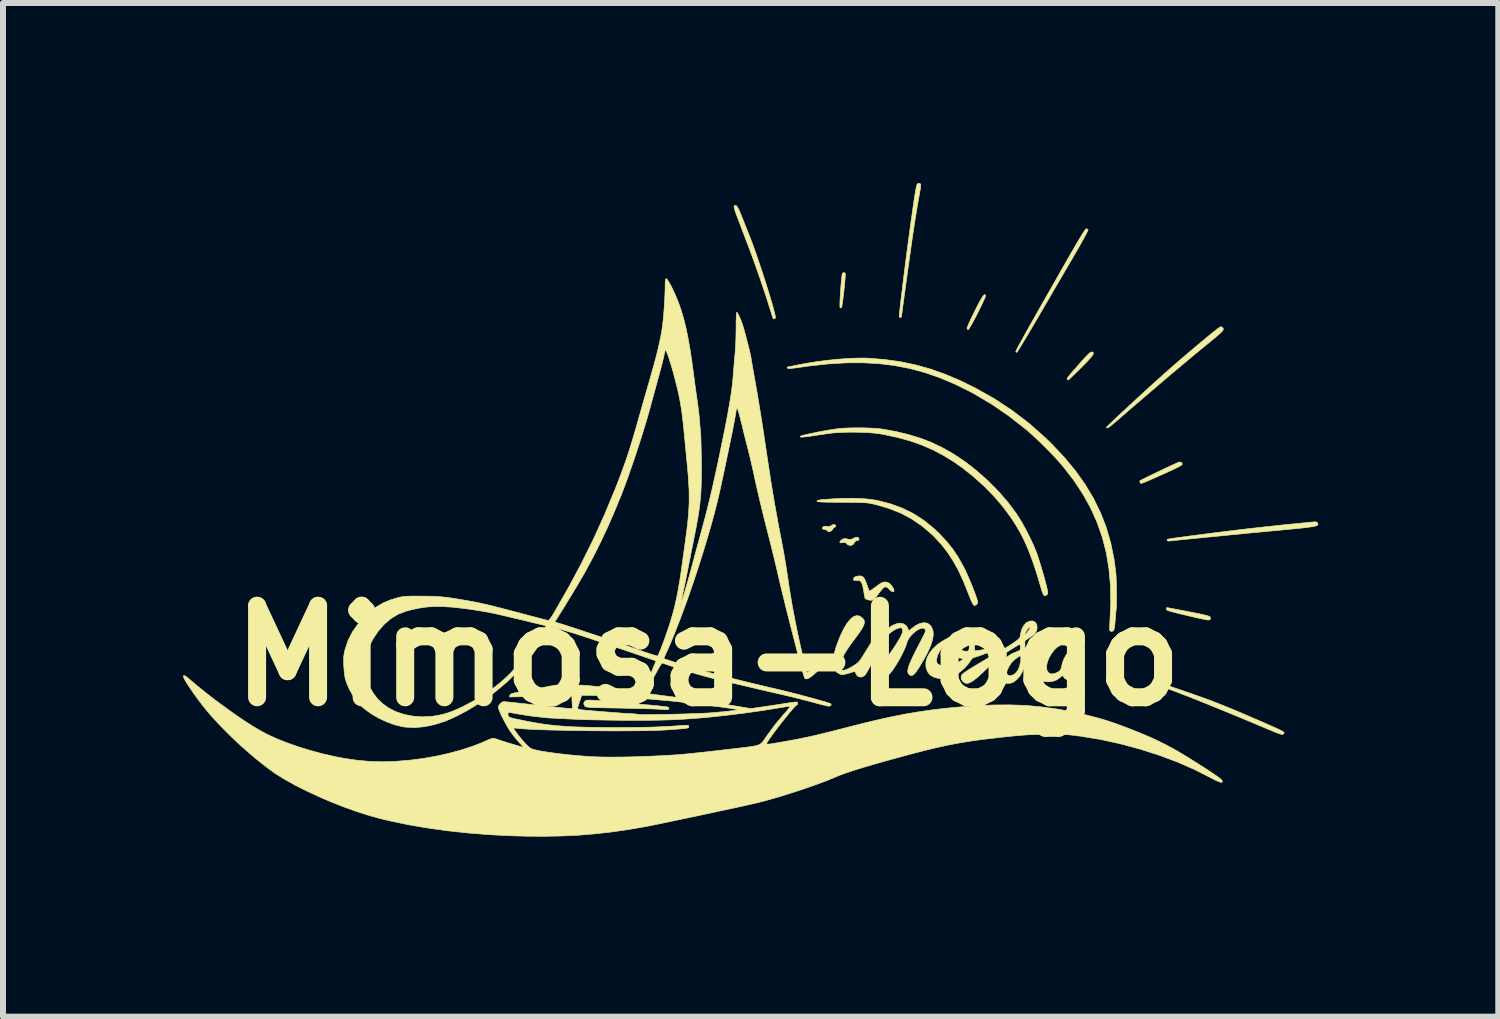
<source format=kicad_pcb>
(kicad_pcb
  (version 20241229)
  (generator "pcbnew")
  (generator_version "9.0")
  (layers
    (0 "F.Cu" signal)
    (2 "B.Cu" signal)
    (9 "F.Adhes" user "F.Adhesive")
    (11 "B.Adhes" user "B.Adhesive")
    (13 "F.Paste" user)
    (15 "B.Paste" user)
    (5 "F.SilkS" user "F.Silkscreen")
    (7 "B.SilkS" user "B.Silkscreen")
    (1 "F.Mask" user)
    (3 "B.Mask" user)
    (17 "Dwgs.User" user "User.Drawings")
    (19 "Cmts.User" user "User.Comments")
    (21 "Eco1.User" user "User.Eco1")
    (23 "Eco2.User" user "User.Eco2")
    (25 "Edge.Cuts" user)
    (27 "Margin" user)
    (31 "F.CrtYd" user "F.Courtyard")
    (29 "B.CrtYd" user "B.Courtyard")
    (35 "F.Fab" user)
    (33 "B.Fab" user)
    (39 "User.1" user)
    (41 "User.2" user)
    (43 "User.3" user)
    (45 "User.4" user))
  (footprint "Mimosa-Logo"
    (layer "F.Cu")
    (at 8.745 7.879)
    (property "Reference" "Mimosa-Logo" (at 0 0 0) (layer "F.SilkS") (effects (font (size 1.524 1.524) (thickness 0.3))))
    (attr through_hole)
    (fp_poly (pts (xy 2.13 -2.175) (xy 2.132 -2.157) (xy 2.119 -2.147) (xy 2.114 -2.146) (xy 2.095 -2.136) (xy 2.083 -2.116) (xy 2.064 -2.089) (xy 2.037 -2.073) (xy 2.009 -2.07) (xy 1.989 -2.084) (xy 1.986 -2.089) (xy 1.969 -2.103) (xy 1.942 -2.108) (xy 1.912 -2.114) (xy 1.905 -2.128) (xy 1.916 -2.148) (xy 1.943 -2.16) (xy 1.976 -2.161) (xy 1.991 -2.157) (xy 2.021 -2.154) (xy 2.052 -2.17) (xy 2.056 -2.172) (xy 2.088 -2.189) (xy 2.112 -2.19) (xy 2.13 -2.175)) (stroke (width 0.01) (type solid)) (fill yes) (layer "F.SilkS"))
    (fp_poly (pts (xy 2.282 -6.382) (xy 2.289 -6.372) (xy 2.29 -6.354) (xy 2.288 -6.315) (xy 2.284 -6.261) (xy 2.278 -6.196) (xy 2.271 -6.124) (xy 2.263 -6.049) (xy 2.254 -5.977) (xy 2.246 -5.912) (xy 2.238 -5.859) (xy 2.232 -5.821) (xy 2.227 -5.803) (xy 2.226 -5.803) (xy 2.209 -5.799) (xy 2.203 -5.804) (xy 2.2 -5.819) (xy 2.2 -5.855) (xy 2.201 -5.907) (xy 2.204 -5.972) (xy 2.209 -6.043) (xy 2.214 -6.118) (xy 2.219 -6.19) (xy 2.225 -6.257) (xy 2.231 -6.313) (xy 2.236 -6.353) (xy 2.241 -6.374) (xy 2.241 -6.375) (xy 2.26 -6.387) (xy 2.282 -6.382)) (stroke (width 0.01) (type solid)) (fill yes) (layer "F.SilkS"))
    (fp_poly (pts (xy 2.512 -1.965) (xy 2.519 -1.943) (xy 2.509 -1.925) (xy 2.488 -1.92) (xy 2.485 -1.921) (xy 2.464 -1.917) (xy 2.441 -1.887) (xy 2.44 -1.885) (xy 2.418 -1.855) (xy 2.393 -1.843) (xy 2.372 -1.841) (xy 2.333 -1.85) (xy 2.313 -1.868) (xy 2.298 -1.885) (xy 2.276 -1.89) (xy 2.246 -1.887) (xy 2.213 -1.883) (xy 2.2 -1.888) (xy 2.199 -1.899) (xy 2.212 -1.92) (xy 2.238 -1.94) (xy 2.265 -1.953) (xy 2.293 -1.954) (xy 2.327 -1.947) (xy 2.365 -1.939) (xy 2.392 -1.942) (xy 2.421 -1.957) (xy 2.464 -1.977) (xy 2.494 -1.978) (xy 2.512 -1.965)) (stroke (width 0.01) (type solid)) (fill yes) (layer "F.SilkS"))
    (fp_poly (pts (xy 4.626 -6.012) (xy 4.629 -6.008) (xy 4.626 -5.992) (xy 4.613 -5.959) (xy 4.591 -5.91) (xy 4.563 -5.851) (xy 4.531 -5.785) (xy 4.496 -5.715) (xy 4.46 -5.645) (xy 4.425 -5.58) (xy 4.394 -5.523) (xy 4.367 -5.477) (xy 4.348 -5.447) (xy 4.337 -5.436) (xy 4.337 -5.436) (xy 4.322 -5.446) (xy 4.318 -5.461) (xy 4.324 -5.479) (xy 4.339 -5.517) (xy 4.363 -5.57) (xy 4.393 -5.635) (xy 4.429 -5.708) (xy 4.451 -5.753) (xy 4.497 -5.844) (xy 4.534 -5.914) (xy 4.563 -5.964) (xy 4.585 -5.997) (xy 4.602 -6.015) (xy 4.615 -6.019) (xy 4.626 -6.012)) (stroke (width 0.01) (type solid)) (fill yes) (layer "F.SilkS"))
    (fp_poly (pts (xy 6.394 -5.065) (xy 6.414 -5.059) (xy 6.424 -5.048) (xy 6.421 -5.031) (xy 6.406 -5.005) (xy 6.377 -4.968) (xy 6.332 -4.918) (xy 6.27 -4.855) (xy 6.221 -4.805) (xy 6.162 -4.746) (xy 6.108 -4.694) (xy 6.063 -4.65) (xy 6.029 -4.618) (xy 6.009 -4.6) (xy 6.005 -4.597) (xy 5.991 -4.606) (xy 5.988 -4.61) (xy 5.986 -4.615) (xy 5.986 -4.622) (xy 5.992 -4.633) (xy 6.004 -4.649) (xy 6.024 -4.675) (xy 6.054 -4.71) (xy 6.096 -4.759) (xy 6.152 -4.822) (xy 6.207 -4.885) (xy 6.268 -4.954) (xy 6.316 -5.004) (xy 6.35 -5.038) (xy 6.375 -5.058) (xy 6.391 -5.065) (xy 6.394 -5.065)) (stroke (width 0.01) (type solid)) (fill yes) (layer "F.SilkS"))
    (fp_poly (pts (xy 7.667 -0.802) (xy 7.704 -0.795) (xy 7.759 -0.785) (xy 7.83 -0.771) (xy 7.911 -0.756) (xy 8.002 -0.738) (xy 8.011 -0.736) (xy 8.117 -0.716) (xy 8.2 -0.699) (xy 8.263 -0.685) (xy 8.31 -0.673) (xy 8.341 -0.664) (xy 8.36 -0.655) (xy 8.37 -0.647) (xy 8.371 -0.645) (xy 8.377 -0.617) (xy 8.362 -0.601) (xy 8.334 -0.598) (xy 8.312 -0.601) (xy 8.27 -0.609) (xy 8.21 -0.622) (xy 8.137 -0.638) (xy 8.054 -0.657) (xy 7.969 -0.677) (xy 7.87 -0.701) (xy 7.792 -0.72) (xy 7.734 -0.735) (xy 7.692 -0.747) (xy 7.665 -0.757) (xy 7.649 -0.765) (xy 7.641 -0.773) (xy 7.639 -0.781) (xy 7.644 -0.801) (xy 7.652 -0.805) (xy 7.667 -0.802)) (stroke (width 0.01) (type solid)) (fill yes) (layer "F.SilkS"))
    (fp_poly (pts (xy -2.457 0.481) (xy -2.412 0.495) (xy -2.379 0.525) (xy -2.361 0.566) (xy -2.36 0.61) (xy -2.377 0.652) (xy -2.393 0.67) (xy -2.42 0.686) (xy -2.453 0.695) (xy -2.499 0.696) (xy -2.561 0.69) (xy -2.61 0.683) (xy -2.644 0.68) (xy -2.7 0.678) (xy -2.771 0.676) (xy -2.853 0.676) (xy -2.943 0.677) (xy -2.995 0.678) (xy -3.304 0.684) (xy -3.3 0.657) (xy -3.296 0.647) (xy -3.288 0.639) (xy -3.27 0.631) (xy -3.24 0.622) (xy -3.196 0.611) (xy -3.132 0.599) (xy -3.048 0.582) (xy -2.914 0.557) (xy -2.802 0.536) (xy -2.711 0.519) (xy -2.638 0.505) (xy -2.581 0.495) (xy -2.537 0.488) (xy -2.505 0.484) (xy -2.482 0.481) (xy -2.465 0.481) (xy -2.457 0.481)) (stroke (width 0.01) (type solid)) (fill yes) (layer "F.SilkS"))
    (fp_poly (pts (xy 7.899 -3.215) (xy 7.904 -3.192) (xy 7.904 -3.191) (xy 7.891 -3.178) (xy 7.857 -3.158) (xy 7.802 -3.129) (xy 7.724 -3.092) (xy 7.623 -3.046) (xy 7.578 -3.026) (xy 7.477 -2.981) (xy 7.397 -2.946) (xy 7.336 -2.919) (xy 7.29 -2.899) (xy 7.257 -2.886) (xy 7.235 -2.878) (xy 7.221 -2.875) (xy 7.214 -2.875) (xy 7.209 -2.879) (xy 7.205 -2.884) (xy 7.204 -2.886) (xy 7.196 -2.907) (xy 7.198 -2.917) (xy 7.211 -2.925) (xy 7.243 -2.942) (xy 7.291 -2.966) (xy 7.352 -2.996) (xy 7.421 -3.029) (xy 7.495 -3.065) (xy 7.57 -3.101) (xy 7.643 -3.136) (xy 7.711 -3.167) (xy 7.77 -3.194) (xy 7.815 -3.215) (xy 7.844 -3.227) (xy 7.849 -3.229) (xy 7.877 -3.229) (xy 7.899 -3.215)) (stroke (width 0.01) (type solid)) (fill yes) (layer "F.SilkS"))
    (fp_poly (pts (xy 8.562 -5.479) (xy 8.575 -5.471) (xy 8.587 -5.457) (xy 8.587 -5.439) (xy 8.575 -5.417) (xy 8.548 -5.387) (xy 8.504 -5.347) (xy 8.443 -5.295) (xy 8.412 -5.27) (xy 8.264 -5.149) (xy 8.098 -5.013) (xy 7.917 -4.861) (xy 7.72 -4.696) (xy 7.511 -4.518) (xy 7.289 -4.328) (xy 7.056 -4.129) (xy 6.814 -3.919) (xy 6.758 -3.871) (xy 6.705 -3.828) (xy 6.669 -3.804) (xy 6.648 -3.798) (xy 6.642 -3.809) (xy 6.651 -3.82) (xy 6.677 -3.846) (xy 6.718 -3.885) (xy 6.772 -3.937) (xy 6.837 -3.998) (xy 6.911 -4.067) (xy 6.992 -4.142) (xy 7.078 -4.222) (xy 7.168 -4.305) (xy 7.259 -4.388) (xy 7.349 -4.471) (xy 7.436 -4.55) (xy 7.52 -4.625) (xy 7.595 -4.693) (xy 7.679 -4.767) (xy 7.769 -4.846) (xy 7.862 -4.927) (xy 7.957 -5.008) (xy 8.052 -5.089) (xy 8.144 -5.166) (xy 8.231 -5.239) (xy 8.312 -5.306) (xy 8.384 -5.365) (xy 8.445 -5.414) (xy 8.494 -5.452) (xy 8.528 -5.476) (xy 8.545 -5.486) (xy 8.545 -5.486) (xy 8.562 -5.479)) (stroke (width 0.01) (type solid)) (fill yes) (layer "F.SilkS"))
    (fp_poly (pts (xy 3.538 -7.869) (xy 3.547 -7.85) (xy 3.545 -7.813) (xy 3.541 -7.785) (xy 3.526 -7.702) (xy 3.508 -7.6) (xy 3.488 -7.485) (xy 3.468 -7.365) (xy 3.449 -7.247) (xy 3.432 -7.136) (xy 3.417 -7.038) (xy 3.411 -6.998) (xy 3.401 -6.929) (xy 3.389 -6.845) (xy 3.376 -6.749) (xy 3.361 -6.644) (xy 3.345 -6.532) (xy 3.329 -6.416) (xy 3.313 -6.299) (xy 3.297 -6.184) (xy 3.282 -6.073) (xy 3.268 -5.969) (xy 3.255 -5.875) (xy 3.244 -5.794) (xy 3.236 -5.729) (xy 3.229 -5.682) (xy 3.226 -5.656) (xy 3.226 -5.651) (xy 3.215 -5.64) (xy 3.205 -5.639) (xy 3.194 -5.642) (xy 3.189 -5.656) (xy 3.19 -5.685) (xy 3.193 -5.718) (xy 3.208 -5.855) (xy 3.226 -6.004) (xy 3.245 -6.162) (xy 3.265 -6.326) (xy 3.286 -6.495) (xy 3.308 -6.665) (xy 3.33 -6.833) (xy 3.352 -6.997) (xy 3.373 -7.154) (xy 3.394 -7.302) (xy 3.413 -7.437) (xy 3.43 -7.557) (xy 3.446 -7.659) (xy 3.459 -7.741) (xy 3.468 -7.788) (xy 3.477 -7.834) (xy 3.487 -7.86) (xy 3.499 -7.871) (xy 3.518 -7.874) (xy 3.538 -7.869)) (stroke (width 0.01) (type solid)) (fill yes) (layer "F.SilkS"))
    (fp_poly (pts (xy 6.329 -7.109) (xy 6.335 -7.098) (xy 6.329 -7.083) (xy 6.312 -7.048) (xy 6.285 -6.997) (xy 6.249 -6.931) (xy 6.205 -6.853) (xy 6.156 -6.766) (xy 6.101 -6.672) (xy 6.087 -6.647) (xy 6.027 -6.545) (xy 5.957 -6.425) (xy 5.88 -6.293) (xy 5.798 -6.153) (xy 5.714 -6.009) (xy 5.631 -5.866) (xy 5.551 -5.729) (xy 5.499 -5.64) (xy 5.434 -5.53) (xy 5.373 -5.426) (xy 5.317 -5.331) (xy 5.266 -5.247) (xy 5.223 -5.176) (xy 5.188 -5.119) (xy 5.163 -5.08) (xy 5.149 -5.06) (xy 5.147 -5.058) (xy 5.133 -5.063) (xy 5.131 -5.071) (xy 5.133 -5.079) (xy 5.141 -5.096) (xy 5.154 -5.122) (xy 5.174 -5.159) (xy 5.2 -5.208) (xy 5.234 -5.269) (xy 5.275 -5.344) (xy 5.325 -5.433) (xy 5.384 -5.538) (xy 5.453 -5.659) (xy 5.531 -5.798) (xy 5.62 -5.955) (xy 5.721 -6.131) (xy 5.833 -6.328) (xy 5.921 -6.483) (xy 6.003 -6.626) (xy 6.073 -6.747) (xy 6.132 -6.849) (xy 6.181 -6.932) (xy 6.221 -6.999) (xy 6.252 -7.049) (xy 6.276 -7.085) (xy 6.293 -7.107) (xy 6.304 -7.117) (xy 6.307 -7.118) (xy 6.329 -7.109)) (stroke (width 0.01) (type solid)) (fill yes) (layer "F.SilkS"))
    (fp_poly (pts (xy 0.474 -7.502) (xy 0.487 -7.489) (xy 0.502 -7.464) (xy 0.521 -7.425) (xy 0.545 -7.368) (xy 0.576 -7.293) (xy 0.602 -7.226) (xy 0.628 -7.16) (xy 0.652 -7.1) (xy 0.671 -7.052) (xy 0.684 -7.019) (xy 0.688 -7.01) (xy 0.715 -6.941) (xy 0.747 -6.858) (xy 0.781 -6.762) (xy 0.818 -6.657) (xy 0.856 -6.545) (xy 0.895 -6.429) (xy 0.933 -6.312) (xy 0.97 -6.196) (xy 1.005 -6.084) (xy 1.037 -5.978) (xy 1.066 -5.881) (xy 1.09 -5.797) (xy 1.108 -5.727) (xy 1.121 -5.674) (xy 1.126 -5.64) (xy 1.125 -5.631) (xy 1.11 -5.615) (xy 1.092 -5.619) (xy 1.087 -5.624) (xy 1.081 -5.639) (xy 1.069 -5.675) (xy 1.053 -5.726) (xy 1.033 -5.789) (xy 1.016 -5.843) (xy 0.973 -5.98) (xy 0.921 -6.135) (xy 0.864 -6.303) (xy 0.802 -6.479) (xy 0.738 -6.658) (xy 0.672 -6.834) (xy 0.608 -7.003) (xy 0.589 -7.052) (xy 0.545 -7.168) (xy 0.509 -7.262) (xy 0.481 -7.336) (xy 0.46 -7.394) (xy 0.446 -7.437) (xy 0.438 -7.467) (xy 0.436 -7.487) (xy 0.439 -7.498) (xy 0.446 -7.504) (xy 0.457 -7.506) (xy 0.463 -7.506) (xy 0.474 -7.502)) (stroke (width 0.01) (type solid)) (fill yes) (layer "F.SilkS"))
    (fp_poly (pts (xy -1.953 0.737) (xy -1.912 0.739) (xy -1.858 0.742) (xy -1.79 0.747) (xy -1.706 0.754) (xy -1.604 0.763) (xy -1.482 0.773) (xy -1.338 0.786) (xy -1.181 0.8) (xy -1.051 0.812) (xy -0.943 0.821) (xy -0.857 0.829) (xy -0.789 0.836) (xy -0.738 0.842) (xy -0.701 0.846) (xy -0.676 0.851) (xy -0.66 0.855) (xy -0.652 0.86) (xy -0.649 0.865) (xy -0.65 0.871) (xy -0.65 0.874) (xy -0.653 0.885) (xy -0.66 0.891) (xy -0.676 0.895) (xy -0.703 0.895) (xy -0.748 0.893) (xy -0.813 0.889) (xy -0.819 0.888) (xy -0.86 0.886) (xy -0.922 0.883) (xy -1.003 0.881) (xy -1.099 0.878) (xy -1.206 0.875) (xy -1.321 0.873) (xy -1.441 0.87) (xy -1.49 0.869) (xy -1.621 0.867) (xy -1.73 0.865) (xy -1.818 0.863) (xy -1.887 0.861) (xy -1.941 0.859) (xy -1.98 0.856) (xy -2.008 0.853) (xy -2.027 0.85) (xy -2.039 0.845) (xy -2.046 0.84) (xy -2.052 0.834) (xy -2.052 0.833) (xy -2.068 0.8) (xy -2.063 0.773) (xy -2.045 0.752) (xy -2.039 0.747) (xy -2.032 0.743) (xy -2.021 0.739) (xy -2.006 0.737) (xy -1.984 0.736) (xy -1.953 0.737)) (stroke (width 0.01) (type solid)) (fill yes) (layer "F.SilkS"))
    (fp_poly (pts (xy 7.555 0.464) (xy 7.593 0.474) (xy 7.647 0.49) (xy 7.719 0.514) (xy 7.812 0.545) (xy 7.839 0.554) (xy 8 0.61) (xy 8.147 0.661) (xy 8.284 0.71) (xy 8.415 0.759) (xy 8.545 0.81) (xy 8.679 0.864) (xy 8.82 0.922) (xy 8.974 0.988) (xy 9.145 1.062) (xy 9.195 1.083) (xy 9.306 1.132) (xy 9.395 1.171) (xy 9.465 1.202) (xy 9.519 1.227) (xy 9.557 1.246) (xy 9.582 1.26) (xy 9.596 1.271) (xy 9.602 1.28) (xy 9.6 1.288) (xy 9.594 1.296) (xy 9.587 1.302) (xy 9.577 1.307) (xy 9.561 1.307) (xy 9.536 1.301) (xy 9.497 1.287) (xy 9.442 1.266) (xy 9.368 1.235) (xy 9.347 1.227) (xy 9.131 1.136) (xy 8.937 1.055) (xy 8.761 0.982) (xy 8.603 0.917) (xy 8.459 0.858) (xy 8.329 0.805) (xy 8.209 0.757) (xy 8.099 0.713) (xy 7.995 0.672) (xy 7.895 0.634) (xy 7.799 0.597) (xy 7.702 0.561) (xy 7.677 0.552) (xy 7.617 0.53) (xy 7.566 0.51) (xy 7.528 0.496) (xy 7.509 0.488) (xy 7.507 0.487) (xy 7.507 0.474) (xy 7.51 0.464) (xy 7.516 0.46) (xy 7.53 0.459) (xy 7.555 0.464)) (stroke (width 0.01) (type solid)) (fill yes) (layer "F.SilkS"))
    (fp_poly (pts (xy 10.136 -2.232) (xy 10.151 -2.224) (xy 10.159 -2.212) (xy 10.164 -2.199) (xy 10.165 -2.188) (xy 10.158 -2.179) (xy 10.142 -2.17) (xy 10.116 -2.162) (xy 10.077 -2.154) (xy 10.024 -2.146) (xy 9.953 -2.137) (xy 9.865 -2.127) (xy 9.756 -2.116) (xy 9.624 -2.104) (xy 9.544 -2.096) (xy 9.415 -2.084) (xy 9.276 -2.071) (xy 9.132 -2.057) (xy 8.983 -2.043) (xy 8.833 -2.028) (xy 8.683 -2.014) (xy 8.535 -1.999) (xy 8.392 -1.985) (xy 8.256 -1.972) (xy 8.13 -1.959) (xy 8.015 -1.948) (xy 7.913 -1.938) (xy 7.828 -1.929) (xy 7.76 -1.922) (xy 7.713 -1.917) (xy 7.689 -1.914) (xy 7.687 -1.914) (xy 7.663 -1.916) (xy 7.653 -1.926) (xy 7.651 -1.931) (xy 7.651 -1.936) (xy 7.654 -1.94) (xy 7.665 -1.944) (xy 7.684 -1.949) (xy 7.714 -1.954) (xy 7.757 -1.961) (xy 7.816 -1.969) (xy 7.892 -1.979) (xy 7.989 -1.992) (xy 8.107 -2.008) (xy 8.141 -2.012) (xy 8.449 -2.052) (xy 8.748 -2.089) (xy 9.035 -2.123) (xy 9.306 -2.153) (xy 9.557 -2.18) (xy 9.658 -2.19) (xy 9.752 -2.199) (xy 9.842 -2.208) (xy 9.923 -2.216) (xy 9.991 -2.223) (xy 10.042 -2.228) (xy 10.067 -2.23) (xy 10.111 -2.234) (xy 10.136 -2.232)) (stroke (width 0.01) (type solid)) (fill yes) (layer "F.SilkS"))
    (fp_poly (pts (xy 2.565 -1.328) (xy 2.591 -1.309) (xy 2.614 -1.275) (xy 2.638 -1.22) (xy 2.657 -1.165) (xy 2.672 -1.123) (xy 2.685 -1.093) (xy 2.694 -1.08) (xy 2.694 -1.079) (xy 2.708 -1.087) (xy 2.736 -1.106) (xy 2.774 -1.133) (xy 2.784 -1.141) (xy 2.838 -1.181) (xy 2.878 -1.208) (xy 2.908 -1.224) (xy 2.934 -1.231) (xy 2.953 -1.232) (xy 2.995 -1.225) (xy 3.032 -1.202) (xy 3.07 -1.159) (xy 3.073 -1.154) (xy 3.098 -1.111) (xy 3.102 -1.081) (xy 3.091 -1.068) (xy 3.066 -1.073) (xy 3.032 -1.099) (xy 3.02 -1.112) (xy 2.99 -1.141) (xy 2.963 -1.151) (xy 2.936 -1.143) (xy 2.904 -1.114) (xy 2.867 -1.067) (xy 2.824 -1.01) (xy 2.792 -0.971) (xy 2.768 -0.946) (xy 2.747 -0.933) (xy 2.726 -0.928) (xy 2.713 -0.927) (xy 2.676 -0.932) (xy 2.648 -0.942) (xy 2.627 -0.954) (xy 2.619 -0.959) (xy 2.616 -0.972) (xy 2.609 -1.004) (xy 2.601 -1.05) (xy 2.596 -1.081) (xy 2.583 -1.154) (xy 2.568 -1.204) (xy 2.551 -1.236) (xy 2.53 -1.253) (xy 2.502 -1.257) (xy 2.498 -1.257) (xy 2.457 -1.256) (xy 2.435 -1.259) (xy 2.427 -1.27) (xy 2.426 -1.283) (xy 2.437 -1.308) (xy 2.47 -1.325) (xy 2.519 -1.333) (xy 2.535 -1.333) (xy 2.565 -1.328)) (stroke (width 0.01) (type solid)) (fill yes) (layer "F.SilkS"))
    (fp_poly (pts (xy 2.554 -2.622) (xy 2.689 -2.611) (xy 2.806 -2.594) (xy 2.819 -2.591) (xy 3.035 -2.536) (xy 3.235 -2.464) (xy 3.421 -2.373) (xy 3.595 -2.261) (xy 3.762 -2.126) (xy 3.855 -2.038) (xy 3.975 -1.91) (xy 4.078 -1.783) (xy 4.169 -1.647) (xy 4.255 -1.495) (xy 4.26 -1.486) (xy 4.291 -1.423) (xy 4.324 -1.35) (xy 4.359 -1.271) (xy 4.393 -1.19) (xy 4.424 -1.111) (xy 4.452 -1.038) (xy 4.474 -0.975) (xy 4.489 -0.927) (xy 4.496 -0.897) (xy 4.496 -0.895) (xy 4.486 -0.865) (xy 4.471 -0.851) (xy 4.448 -0.84) (xy 4.433 -0.843) (xy 4.418 -0.86) (xy 4.407 -0.88) (xy 4.389 -0.918) (xy 4.367 -0.971) (xy 4.342 -1.033) (xy 4.332 -1.06) (xy 4.252 -1.258) (xy 4.17 -1.434) (xy 4.082 -1.591) (xy 3.988 -1.733) (xy 3.885 -1.864) (xy 3.771 -1.987) (xy 3.732 -2.025) (xy 3.572 -2.162) (xy 3.401 -2.279) (xy 3.218 -2.377) (xy 3.019 -2.457) (xy 2.803 -2.52) (xy 2.756 -2.531) (xy 2.72 -2.539) (xy 2.685 -2.545) (xy 2.648 -2.55) (xy 2.605 -2.553) (xy 2.553 -2.556) (xy 2.488 -2.557) (xy 2.408 -2.558) (xy 2.307 -2.559) (xy 2.23 -2.559) (xy 2.105 -2.56) (xy 2.004 -2.561) (xy 1.927 -2.563) (xy 1.871 -2.566) (xy 1.836 -2.569) (xy 1.82 -2.573) (xy 1.819 -2.574) (xy 1.819 -2.583) (xy 1.826 -2.589) (xy 1.843 -2.595) (xy 1.873 -2.6) (xy 1.919 -2.605) (xy 1.984 -2.61) (xy 2.071 -2.616) (xy 2.081 -2.617) (xy 2.244 -2.625) (xy 2.404 -2.627) (xy 2.554 -2.622)) (stroke (width 0.01) (type solid)) (fill yes) (layer "F.SilkS"))
    (fp_poly (pts (xy 2.66 -3.798) (xy 2.761 -3.793) (xy 2.849 -3.787) (xy 2.905 -3.78) (xy 3.136 -3.738) (xy 3.347 -3.687) (xy 3.543 -3.627) (xy 3.729 -3.555) (xy 3.908 -3.469) (xy 4.085 -3.369) (xy 4.107 -3.355) (xy 4.298 -3.227) (xy 4.487 -3.078) (xy 4.67 -2.915) (xy 4.842 -2.741) (xy 4.998 -2.561) (xy 5.135 -2.378) (xy 5.15 -2.356) (xy 5.221 -2.243) (xy 5.293 -2.115) (xy 5.362 -1.98) (xy 5.425 -1.846) (xy 5.476 -1.721) (xy 5.486 -1.694) (xy 5.507 -1.63) (xy 5.531 -1.555) (xy 5.556 -1.473) (xy 5.581 -1.388) (xy 5.605 -1.304) (xy 5.626 -1.225) (xy 5.644 -1.156) (xy 5.656 -1.101) (xy 5.663 -1.064) (xy 5.664 -1.054) (xy 5.655 -1.021) (xy 5.626 -1.005) (xy 5.607 -1.003) (xy 5.594 -1.015) (xy 5.578 -1.049) (xy 5.562 -1.095) (xy 5.507 -1.282) (xy 5.456 -1.447) (xy 5.406 -1.593) (xy 5.357 -1.724) (xy 5.308 -1.844) (xy 5.256 -1.954) (xy 5.202 -2.059) (xy 5.142 -2.162) (xy 5.077 -2.265) (xy 5.053 -2.301) (xy 4.923 -2.478) (xy 4.772 -2.655) (xy 4.605 -2.826) (xy 4.425 -2.988) (xy 4.237 -3.137) (xy 4.102 -3.232) (xy 3.923 -3.342) (xy 3.742 -3.437) (xy 3.554 -3.518) (xy 3.355 -3.587) (xy 3.14 -3.645) (xy 2.906 -3.694) (xy 2.889 -3.697) (xy 2.8 -3.71) (xy 2.692 -3.719) (xy 2.571 -3.725) (xy 2.444 -3.728) (xy 2.315 -3.727) (xy 2.192 -3.722) (xy 2.081 -3.715) (xy 1.994 -3.704) (xy 1.916 -3.692) (xy 1.826 -3.679) (xy 1.74 -3.666) (xy 1.698 -3.659) (xy 1.625 -3.65) (xy 1.573 -3.645) (xy 1.543 -3.647) (xy 1.537 -3.654) (xy 1.546 -3.662) (xy 1.569 -3.671) (xy 1.613 -3.682) (xy 1.673 -3.697) (xy 1.746 -3.712) (xy 1.827 -3.729) (xy 1.912 -3.745) (xy 1.998 -3.76) (xy 2.079 -3.773) (xy 2.151 -3.784) (xy 2.165 -3.786) (xy 2.242 -3.793) (xy 2.336 -3.798) (xy 2.441 -3.8) (xy 2.551 -3.8) (xy 2.66 -3.798)) (stroke (width 0.01) (type solid)) (fill yes) (layer "F.SilkS"))
    (fp_poly (pts (xy 2.667 -4.961) (xy 2.942 -4.939) (xy 3.204 -4.903) (xy 3.456 -4.85) (xy 3.705 -4.781) (xy 3.953 -4.693) (xy 4.206 -4.586) (xy 4.466 -4.458) (xy 4.467 -4.457) (xy 4.777 -4.283) (xy 5.069 -4.09) (xy 5.346 -3.879) (xy 5.61 -3.646) (xy 5.729 -3.531) (xy 5.939 -3.308) (xy 6.125 -3.084) (xy 6.287 -2.856) (xy 6.426 -2.624) (xy 6.542 -2.386) (xy 6.638 -2.14) (xy 6.712 -1.884) (xy 6.767 -1.618) (xy 6.795 -1.41) (xy 6.8 -1.355) (xy 6.804 -1.283) (xy 6.806 -1.2) (xy 6.808 -1.112) (xy 6.809 -1.022) (xy 6.809 -0.938) (xy 6.808 -0.863) (xy 6.806 -0.803) (xy 6.802 -0.764) (xy 6.798 -0.729) (xy 6.793 -0.679) (xy 6.789 -0.622) (xy 6.788 -0.61) (xy 6.782 -0.533) (xy 6.775 -0.478) (xy 6.767 -0.442) (xy 6.758 -0.422) (xy 6.752 -0.416) (xy 6.723 -0.407) (xy 6.701 -0.419) (xy 6.697 -0.426) (xy 6.695 -0.447) (xy 6.694 -0.487) (xy 6.697 -0.538) (xy 6.698 -0.563) (xy 6.713 -0.873) (xy 6.708 -1.167) (xy 6.683 -1.448) (xy 6.639 -1.716) (xy 6.573 -1.974) (xy 6.486 -2.222) (xy 6.378 -2.464) (xy 6.247 -2.699) (xy 6.094 -2.93) (xy 5.917 -3.159) (xy 5.914 -3.162) (xy 5.847 -3.24) (xy 5.764 -3.33) (xy 5.671 -3.426) (xy 5.574 -3.523) (xy 5.476 -3.617) (xy 5.383 -3.703) (xy 5.299 -3.776) (xy 5.292 -3.782) (xy 5.015 -3.998) (xy 4.73 -4.194) (xy 4.439 -4.366) (xy 4.356 -4.411) (xy 4.107 -4.533) (xy 3.86 -4.637) (xy 3.613 -4.722) (xy 3.364 -4.789) (xy 3.111 -4.838) (xy 2.85 -4.87) (xy 2.58 -4.885) (xy 2.299 -4.883) (xy 2.002 -4.865) (xy 1.689 -4.831) (xy 1.562 -4.813) (xy 1.476 -4.801) (xy 1.412 -4.793) (xy 1.367 -4.789) (xy 1.339 -4.79) (xy 1.325 -4.794) (xy 1.321 -4.801) (xy 1.324 -4.813) (xy 1.325 -4.813) (xy 1.338 -4.816) (xy 1.372 -4.822) (xy 1.421 -4.832) (xy 1.482 -4.845) (xy 1.512 -4.851) (xy 1.665 -4.879) (xy 1.828 -4.905) (xy 1.996 -4.926) (xy 2.162 -4.943) (xy 2.323 -4.955) (xy 2.472 -4.962) (xy 2.605 -4.963) (xy 2.667 -4.961)) (stroke (width 0.01) (type solid)) (fill yes) (layer "F.SilkS"))
    (fp_poly (pts (xy 4.294 -0.404) (xy 4.328 -0.393) (xy 4.354 -0.375) (xy 4.395 -0.324) (xy 4.424 -0.252) (xy 4.441 -0.162) (xy 4.449 -0.086) (xy 4.524 -0.093) (xy 4.567 -0.101) (xy 4.625 -0.117) (xy 4.69 -0.137) (xy 4.734 -0.152) (xy 4.794 -0.175) (xy 4.836 -0.188) (xy 4.862 -0.193) (xy 4.878 -0.192) (xy 4.886 -0.186) (xy 4.897 -0.17) (xy 4.887 -0.156) (xy 4.862 -0.141) (xy 4.819 -0.12) (xy 4.763 -0.095) (xy 4.698 -0.068) (xy 4.631 -0.042) (xy 4.565 -0.017) (xy 4.507 0.004) (xy 4.46 0.019) (xy 4.431 0.025) (xy 4.428 0.025) (xy 4.411 0.036) (xy 4.389 0.061) (xy 4.377 0.079) (xy 4.333 0.141) (xy 4.274 0.204) (xy 4.207 0.262) (xy 4.179 0.283) (xy 4.111 0.321) (xy 4.033 0.351) (xy 3.953 0.37) (xy 3.878 0.377) (xy 3.829 0.373) (xy 3.752 0.348) (xy 3.696 0.312) (xy 3.658 0.26) (xy 3.635 0.191) (xy 3.634 0.185) (xy 3.632 0.108) (xy 3.641 0.075) (xy 3.81 0.075) (xy 3.815 0.111) (xy 3.833 0.135) (xy 3.87 0.156) (xy 3.874 0.158) (xy 3.918 0.173) (xy 3.962 0.176) (xy 4.015 0.169) (xy 4.048 0.161) (xy 4.085 0.148) (xy 4.129 0.129) (xy 4.173 0.107) (xy 4.211 0.084) (xy 4.238 0.065) (xy 4.248 0.052) (xy 4.248 0.05) (xy 4.233 0.043) (xy 4.202 0.036) (xy 4.192 0.035) (xy 4.121 0.015) (xy 4.066 -0.023) (xy 4.029 -0.076) (xy 4.012 -0.14) (xy 4.011 -0.161) (xy 4.009 -0.194) (xy 4.003 -0.214) (xy 3.999 -0.216) (xy 3.984 -0.207) (xy 3.958 -0.185) (xy 3.924 -0.154) (xy 3.919 -0.149) (xy 3.865 -0.083) (xy 3.828 -0.013) (xy 3.811 0.056) (xy 3.81 0.075) (xy 3.641 0.075) (xy 3.653 0.029) (xy 3.694 -0.049) (xy 3.755 -0.125) (xy 3.831 -0.194) (xy 3.892 -0.235) (xy 4.102 -0.235) (xy 4.104 -0.196) (xy 4.108 -0.165) (xy 4.11 -0.159) (xy 4.131 -0.135) (xy 4.17 -0.112) (xy 4.221 -0.093) (xy 4.276 -0.08) (xy 4.308 -0.077) (xy 4.336 -0.082) (xy 4.35 -0.104) (xy 4.351 -0.109) (xy 4.355 -0.141) (xy 4.355 -0.184) (xy 4.353 -0.205) (xy 4.338 -0.267) (xy 4.307 -0.309) (xy 4.257 -0.334) (xy 4.227 -0.339) (xy 4.171 -0.337) (xy 4.13 -0.315) (xy 4.107 -0.275) (xy 4.102 -0.235) (xy 3.892 -0.235) (xy 3.923 -0.255) (xy 3.969 -0.28) (xy 4.013 -0.303) (xy 4.051 -0.327) (xy 4.071 -0.344) (xy 4.121 -0.381) (xy 4.188 -0.402) (xy 4.247 -0.406) (xy 4.294 -0.404)) (stroke (width 0.01) (type solid)) (fill yes) (layer "F.SilkS"))
    (fp_poly (pts (xy 2.523 -0.666) (xy 2.558 -0.646) (xy 2.588 -0.618) (xy 2.605 -0.589) (xy 2.609 -0.555) (xy 2.598 -0.514) (xy 2.573 -0.463) (xy 2.532 -0.4) (xy 2.475 -0.321) (xy 2.463 -0.305) (xy 2.385 -0.2) (xy 2.323 -0.11) (xy 2.276 -0.035) (xy 2.243 0.03) (xy 2.222 0.086) (xy 2.211 0.137) (xy 2.21 0.164) (xy 2.215 0.208) (xy 2.232 0.233) (xy 2.261 0.24) (xy 2.305 0.229) (xy 2.365 0.201) (xy 2.408 0.175) (xy 2.449 0.15) (xy 2.481 0.128) (xy 2.506 0.106) (xy 2.53 0.08) (xy 2.555 0.044) (xy 2.587 -0.006) (xy 2.618 -0.056) (xy 2.694 -0.179) (xy 2.758 -0.282) (xy 2.811 -0.366) (xy 2.855 -0.433) (xy 2.89 -0.485) (xy 2.919 -0.524) (xy 2.941 -0.55) (xy 2.959 -0.567) (xy 2.974 -0.575) (xy 2.986 -0.575) (xy 2.997 -0.572) (xy 3.011 -0.563) (xy 3.016 -0.552) (xy 3.011 -0.532) (xy 2.998 -0.496) (xy 2.996 -0.492) (xy 2.97 -0.425) (xy 3.006 -0.46) (xy 3.052 -0.495) (xy 3.109 -0.523) (xy 3.166 -0.542) (xy 3.198 -0.546) (xy 3.255 -0.536) (xy 3.301 -0.507) (xy 3.328 -0.467) (xy 3.34 -0.438) (xy 3.348 -0.422) (xy 3.348 -0.421) (xy 3.359 -0.426) (xy 3.383 -0.444) (xy 3.411 -0.468) (xy 3.463 -0.506) (xy 3.521 -0.536) (xy 3.538 -0.542) (xy 3.605 -0.554) (xy 3.66 -0.544) (xy 3.705 -0.511) (xy 3.73 -0.476) (xy 3.752 -0.418) (xy 3.756 -0.35) (xy 3.743 -0.269) (xy 3.713 -0.174) (xy 3.666 -0.066) (xy 3.6 0.057) (xy 3.516 0.197) (xy 3.501 0.219) (xy 3.461 0.277) (xy 3.427 0.313) (xy 3.398 0.328) (xy 3.371 0.324) (xy 3.35 0.307) (xy 3.337 0.289) (xy 3.331 0.265) (xy 3.332 0.233) (xy 3.341 0.191) (xy 3.36 0.138) (xy 3.388 0.072) (xy 3.426 -0.01) (xy 3.475 -0.108) (xy 3.536 -0.226) (xy 3.574 -0.3) (xy 3.602 -0.354) (xy 3.619 -0.391) (xy 3.626 -0.416) (xy 3.624 -0.433) (xy 3.621 -0.442) (xy 3.598 -0.461) (xy 3.565 -0.462) (xy 3.523 -0.448) (xy 3.477 -0.422) (xy 3.431 -0.386) (xy 3.387 -0.343) (xy 3.351 -0.296) (xy 3.325 -0.247) (xy 3.317 -0.222) (xy 3.297 -0.162) (xy 3.267 -0.09) (xy 3.228 -0.011) (xy 3.183 0.071) (xy 3.136 0.15) (xy 3.089 0.221) (xy 3.046 0.279) (xy 3.008 0.32) (xy 3 0.327) (xy 2.962 0.343) (xy 2.924 0.339) (xy 2.892 0.317) (xy 2.873 0.281) (xy 2.87 0.261) (xy 2.877 0.228) (xy 2.897 0.181) (xy 2.926 0.124) (xy 2.963 0.062) (xy 3.003 0.002) (xy 3.009 -0.006) (xy 3.054 -0.069) (xy 3.1 -0.137) (xy 3.144 -0.205) (xy 3.182 -0.268) (xy 3.213 -0.321) (xy 3.228 -0.352) (xy 3.245 -0.402) (xy 3.245 -0.441) (xy 3.231 -0.464) (xy 3.21 -0.47) (xy 3.162 -0.459) (xy 3.106 -0.432) (xy 3.047 -0.391) (xy 2.99 -0.342) (xy 2.94 -0.289) (xy 2.903 -0.235) (xy 2.889 -0.206) (xy 2.869 -0.157) (xy 2.842 -0.097) (xy 2.809 -0.028) (xy 2.772 0.045) (xy 2.735 0.117) (xy 2.699 0.184) (xy 2.666 0.243) (xy 2.639 0.288) (xy 2.619 0.316) (xy 2.615 0.321) (xy 2.579 0.347) (xy 2.543 0.353) (xy 2.507 0.343) (xy 2.483 0.324) (xy 2.466 0.294) (xy 2.455 0.268) (xy 2.439 0.262) (xy 2.417 0.267) (xy 2.349 0.288) (xy 2.3 0.302) (xy 2.264 0.31) (xy 2.239 0.312) (xy 2.217 0.309) (xy 2.203 0.304) (xy 2.15 0.275) (xy 2.114 0.227) (xy 2.094 0.161) (xy 2.09 0.078) (xy 2.102 -0.02) (xy 2.131 -0.133) (xy 2.155 -0.203) (xy 2.209 -0.338) (xy 2.263 -0.451) (xy 2.317 -0.541) (xy 2.371 -0.608) (xy 2.423 -0.652) (xy 2.474 -0.671) (xy 2.523 -0.666)) (stroke (width 0.01) (type solid)) (fill yes) (layer "F.SilkS"))
    (fp_poly (pts (xy 5.454 -0.562) (xy 5.479 -0.524) (xy 5.486 -0.476) (xy 5.481 -0.433) (xy 5.464 -0.396) (xy 5.43 -0.359) (xy 5.378 -0.317) (xy 5.358 -0.304) (xy 5.283 -0.253) (xy 5.283 -0.111) (xy 5.344 -0.119) (xy 5.387 -0.124) (xy 5.444 -0.129) (xy 5.502 -0.135) (xy 5.503 -0.135) (xy 5.556 -0.14) (xy 5.592 -0.148) (xy 5.621 -0.162) (xy 5.652 -0.185) (xy 5.661 -0.192) (xy 5.731 -0.239) (xy 5.804 -0.268) (xy 5.875 -0.28) (xy 5.941 -0.275) (xy 5.999 -0.253) (xy 6.044 -0.215) (xy 6.074 -0.161) (xy 6.078 -0.148) (xy 6.093 -0.12) (xy 6.12 -0.09) (xy 6.129 -0.082) (xy 6.163 -0.045) (xy 6.172 -0.003) (xy 6.156 0.042) (xy 6.143 0.059) (xy 6.09 0.131) (xy 6.052 0.198) (xy 6.031 0.256) (xy 6.027 0.284) (xy 6.026 0.337) (xy 6.098 0.333) (xy 6.146 0.335) (xy 6.174 0.345) (xy 6.181 0.36) (xy 6.164 0.381) (xy 6.156 0.386) (xy 6.102 0.409) (xy 6.044 0.414) (xy 5.989 0.401) (xy 5.944 0.372) (xy 5.933 0.359) (xy 5.909 0.325) (xy 5.866 0.361) (xy 5.809 0.401) (xy 5.749 0.423) (xy 5.677 0.432) (xy 5.66 0.432) (xy 5.587 0.424) (xy 5.531 0.4) (xy 5.487 0.356) (xy 5.464 0.318) (xy 5.441 0.245) (xy 5.44 0.171) (xy 5.643 0.171) (xy 5.647 0.228) (xy 5.652 0.243) (xy 5.679 0.283) (xy 5.717 0.301) (xy 5.767 0.297) (xy 5.812 0.28) (xy 5.853 0.257) (xy 5.878 0.229) (xy 5.892 0.187) (xy 5.897 0.161) (xy 5.91 0.108) (xy 5.934 0.048) (xy 5.964 -0.008) (xy 5.994 -0.051) (xy 6 -0.058) (xy 6.021 -0.082) (xy 6.025 -0.101) (xy 6.017 -0.124) (xy 5.995 -0.155) (xy 5.966 -0.182) (xy 5.944 -0.197) (xy 5.925 -0.201) (xy 5.901 -0.193) (xy 5.88 -0.184) (xy 5.823 -0.148) (xy 5.769 -0.097) (xy 5.722 -0.034) (xy 5.683 0.035) (xy 5.656 0.105) (xy 5.643 0.171) (xy 5.44 0.171) (xy 5.44 0.163) (xy 5.461 0.075) (xy 5.503 -0.015) (xy 5.505 -0.019) (xy 5.536 -0.072) (xy 5.495 -0.074) (xy 5.453 -0.071) (xy 5.41 -0.064) (xy 5.369 -0.054) (xy 5.333 -0.046) (xy 5.333 -0.046) (xy 5.315 -0.04) (xy 5.304 -0.028) (xy 5.297 -0.003) (xy 5.292 0.04) (xy 5.291 0.047) (xy 5.273 0.161) (xy 5.245 0.253) (xy 5.203 0.33) (xy 5.148 0.393) (xy 5.12 0.416) (xy 5.081 0.442) (xy 5.045 0.454) (xy 4.999 0.457) (xy 4.997 0.457) (xy 4.936 0.453) (xy 4.892 0.438) (xy 4.858 0.41) (xy 4.841 0.388) (xy 4.812 0.333) (xy 4.804 0.278) (xy 4.804 0.276) (xy 4.978 0.276) (xy 4.988 0.309) (xy 5.013 0.327) (xy 5.049 0.329) (xy 5.09 0.314) (xy 5.123 0.292) (xy 5.166 0.24) (xy 5.195 0.17) (xy 5.212 0.079) (xy 5.213 0.073) (xy 5.215 0.029) (xy 5.212 0.006) (xy 5.204 0.000123) (xy 5.184 0.008) (xy 5.153 0.029) (xy 5.117 0.057) (xy 5.083 0.088) (xy 5.057 0.115) (xy 5.056 0.117) (xy 5.031 0.154) (xy 5.007 0.197) (xy 4.988 0.239) (xy 4.979 0.271) (xy 4.978 0.276) (xy 4.804 0.276) (xy 4.816 0.22) (xy 4.85 0.156) (xy 4.886 0.107) (xy 4.965 0.028) (xy 5.062 -0.034) (xy 5.133 -0.065) (xy 5.174 -0.081) (xy 5.196 -0.094) (xy 5.205 -0.11) (xy 5.207 -0.134) (xy 5.207 -0.141) (xy 5.204 -0.173) (xy 5.196 -0.189) (xy 5.193 -0.191) (xy 5.177 -0.184) (xy 5.145 -0.165) (xy 5.1 -0.138) (xy 5.047 -0.105) (xy 4.99 -0.068) (xy 4.934 -0.031) (xy 4.883 0.004) (xy 4.864 0.018) (xy 4.829 0.046) (xy 4.782 0.086) (xy 4.728 0.135) (xy 4.672 0.188) (xy 4.654 0.205) (xy 4.567 0.289) (xy 4.494 0.355) (xy 4.434 0.403) (xy 4.384 0.436) (xy 4.343 0.454) (xy 4.309 0.458) (xy 4.279 0.45) (xy 4.252 0.43) (xy 4.248 0.426) (xy 4.221 0.385) (xy 4.22 0.342) (xy 4.236 0.309) (xy 4.253 0.293) (xy 4.292 0.266) (xy 4.349 0.228) (xy 4.424 0.182) (xy 4.514 0.128) (xy 4.618 0.066) (xy 4.734 -0.002) (xy 4.832 -0.058) (xy 4.941 -0.121) (xy 5.033 -0.177) (xy 5.105 -0.225) (xy 5.158 -0.264) (xy 5.19 -0.294) (xy 5.2 -0.31) (xy 5.206 -0.341) (xy 5.21 -0.363) (xy 5.283 -0.363) (xy 5.287 -0.356) (xy 5.299 -0.366) (xy 5.322 -0.394) (xy 5.333 -0.409) (xy 5.36 -0.449) (xy 5.371 -0.471) (xy 5.365 -0.478) (xy 5.355 -0.475) (xy 5.34 -0.462) (xy 5.32 -0.434) (xy 5.3 -0.402) (xy 5.286 -0.375) (xy 5.283 -0.363) (xy 5.21 -0.363) (xy 5.213 -0.38) (xy 5.213 -0.381) (xy 5.231 -0.444) (xy 5.26 -0.501) (xy 5.297 -0.545) (xy 5.314 -0.558) (xy 5.368 -0.581) (xy 5.416 -0.582) (xy 5.454 -0.562)) (stroke (width 0.01) (type solid)) (fill yes) (layer "F.SilkS"))
    (fp_poly (pts (xy -8.715 0.331) (xy -8.681 0.354) (xy -8.673 0.36) (xy -8.52 0.489) (xy -8.361 0.618) (xy -8.199 0.743) (xy -8.038 0.862) (xy -7.881 0.974) (xy -7.73 1.077) (xy -7.589 1.168) (xy -7.459 1.245) (xy -7.354 1.302) (xy -7.198 1.374) (xy -7.021 1.445) (xy -6.83 1.512) (xy -6.629 1.574) (xy -6.423 1.63) (xy -6.218 1.677) (xy -6.063 1.707) (xy -5.85 1.738) (xy -5.642 1.757) (xy -5.434 1.764) (xy -5.217 1.758) (xy -4.986 1.739) (xy -4.94 1.734) (xy -4.733 1.707) (xy -4.525 1.67) (xy -4.32 1.624) (xy -4.123 1.571) (xy -3.988 1.528) (xy -3.031 1.528) (xy -3.029 1.536) (xy -3.023 1.537) (xy -3.012 1.532) (xy -3.014 1.528) (xy -3.029 1.527) (xy -3.031 1.528) (xy -3.988 1.528) (xy -3.94 1.513) (xy -3.775 1.45) (xy -3.711 1.421) (xy -3.661 1.399) (xy -3.618 1.382) (xy -3.588 1.373) (xy -3.58 1.372) (xy -3.555 1.376) (xy -3.517 1.387) (xy -3.489 1.397) (xy -3.463 1.406) (xy -3.42 1.42) (xy -3.366 1.437) (xy -3.304 1.456) (xy -3.241 1.475) (xy -3.181 1.493) (xy -3.129 1.508) (xy -3.091 1.519) (xy -3.071 1.524) (xy -3.069 1.524) (xy -3.076 1.515) (xy -3.097 1.493) (xy -3.128 1.459) (xy -3.148 1.438) (xy -3.194 1.385) (xy -3.244 1.322) (xy -3.289 1.262) (xy -3.296 1.251) (xy -3.331 1.195) (xy -3.368 1.13) (xy -3.404 1.063) (xy -3.437 0.998) (xy -3.454 0.962) (xy -3.332 0.962) (xy -3.329 0.987) (xy -3.325 1) (xy -3.319 1.01) (xy -3.308 1.019) (xy -3.288 1.028) (xy -3.258 1.037) (xy -3.212 1.048) (xy -3.15 1.061) (xy -3.066 1.078) (xy -3.029 1.086) (xy -2.913 1.108) (xy -2.8 1.127) (xy -2.688 1.144) (xy -2.573 1.157) (xy -2.453 1.168) (xy -2.324 1.177) (xy -2.183 1.184) (xy -2.028 1.188) (xy -1.856 1.191) (xy -1.664 1.193) (xy -1.505 1.193) (xy -1.341 1.193) (xy -1.198 1.192) (xy -1.069 1.19) (xy -0.951 1.187) (xy -0.839 1.183) (xy -0.726 1.178) (xy -0.609 1.172) (xy -0.481 1.163) (xy -0.445 1.161) (xy -0.387 1.157) (xy -0.35 1.156) (xy -0.329 1.158) (xy -0.32 1.164) (xy -0.318 1.174) (xy -0.318 1.178) (xy -0.318 1.186) (xy -0.322 1.193) (xy -0.331 1.199) (xy -0.35 1.204) (xy -0.379 1.208) (xy -0.422 1.213) (xy -0.482 1.218) (xy -0.56 1.224) (xy -0.661 1.231) (xy -0.692 1.233) (xy -0.776 1.238) (xy -0.881 1.242) (xy -1.003 1.245) (xy -1.141 1.247) (xy -1.292 1.248) (xy -1.452 1.249) (xy -1.62 1.249) (xy -1.792 1.248) (xy -1.965 1.247) (xy -2.138 1.244) (xy -2.307 1.242) (xy -2.47 1.238) (xy -2.624 1.235) (xy -2.765 1.23) (xy -2.892 1.225) (xy -3.002 1.22) (xy -3.092 1.214) (xy -3.159 1.208) (xy -3.2 1.204) (xy -3.229 1.202) (xy -3.239 1.203) (xy -3.231 1.22) (xy -3.21 1.252) (xy -3.179 1.294) (xy -3.143 1.341) (xy -3.104 1.389) (xy -3.066 1.433) (xy -3.046 1.455) (xy -3.004 1.498) (xy -2.973 1.526) (xy -2.945 1.544) (xy -2.915 1.556) (xy -2.876 1.566) (xy -2.872 1.567) (xy -2.765 1.589) (xy -2.634 1.609) (xy -2.483 1.629) (xy -2.314 1.648) (xy -2.129 1.665) (xy -2 1.675) (xy -1.889 1.681) (xy -1.756 1.685) (xy -1.605 1.686) (xy -1.439 1.685) (xy -1.262 1.682) (xy -1.076 1.676) (xy -0.927 1.67) (xy -0.822 1.665) (xy -0.726 1.66) (xy -0.639 1.655) (xy -0.555 1.65) (xy -0.472 1.644) (xy -0.386 1.636) (xy -0.295 1.628) (xy -0.194 1.617) (xy -0.082 1.605) (xy 0.046 1.591) (xy 0.194 1.574) (xy 0.356 1.555) (xy 0.482 1.54) (xy 0.586 1.528) (xy 0.67 1.518) (xy 0.737 1.508) (xy 0.789 1.499) (xy 0.83 1.488) (xy 0.861 1.475) (xy 0.886 1.459) (xy 0.907 1.439) (xy 0.927 1.413) (xy 0.949 1.382) (xy 0.974 1.344) (xy 0.987 1.326) (xy 1.123 1.142) (xy 1.267 0.97) (xy 1.297 0.937) (xy 1.333 0.895) (xy 1.357 0.863) (xy 1.369 0.843) (xy 1.367 0.838) (xy 1.348 0.84) (xy 1.31 0.846) (xy 1.256 0.854) (xy 1.192 0.865) (xy 1.164 0.869) (xy 0.883 0.914) (xy 0.592 0.955) (xy 0.3 0.991) (xy 0.017 1.021) (xy -0.14 1.035) (xy -0.281 1.046) (xy -0.416 1.055) (xy -0.548 1.062) (xy -0.683 1.067) (xy -0.825 1.071) (xy -0.978 1.073) (xy -1.146 1.074) (xy -1.333 1.073) (xy -1.403 1.073) (xy -1.594 1.071) (xy -1.766 1.068) (xy -1.925 1.065) (xy -2.077 1.061) (xy -2.23 1.055) (xy -2.39 1.047) (xy -2.562 1.038) (xy -2.629 1.035) (xy -2.713 1.028) (xy -2.814 1.017) (xy -2.925 1.004) (xy -3.036 0.988) (xy -3.14 0.971) (xy -3.216 0.958) (xy -3.264 0.949) (xy -3.302 0.945) (xy -3.324 0.945) (xy -3.326 0.945) (xy -3.332 0.962) (xy -3.454 0.962) (xy -3.464 0.939) (xy -3.483 0.891) (xy -3.492 0.859) (xy -3.493 0.855) (xy -3.482 0.824) (xy -3.457 0.792) (xy -3.426 0.769) (xy -3.401 0.762) (xy -3.386 0.763) (xy -3.354 0.766) (xy -3.306 0.77) (xy -3.239 0.777) (xy -3.153 0.787) (xy -3.046 0.798) (xy -2.917 0.812) (xy -2.766 0.829) (xy -2.62 0.845) (xy -2.535 0.854) (xy -2.457 0.862) (xy -2.39 0.869) (xy -2.338 0.874) (xy -2.304 0.876) (xy -2.297 0.876) (xy -2.257 0.876) (xy -2.257 0.873) (xy -2.171 0.873) (xy -2.16 0.885) (xy -2.134 0.894) (xy -2.13 0.895) (xy -2.104 0.898) (xy -2.056 0.903) (xy -1.99 0.909) (xy -1.911 0.916) (xy -1.823 0.923) (xy -1.729 0.931) (xy -1.634 0.938) (xy -1.541 0.945) (xy -1.455 0.952) (xy -1.379 0.957) (xy -1.317 0.96) (xy -1.308 0.961) (xy -1.25 0.964) (xy -1.202 0.968) (xy -1.168 0.972) (xy -1.156 0.974) (xy -1.141 0.976) (xy -1.103 0.978) (xy -1.046 0.978) (xy -0.973 0.978) (xy -0.886 0.977) (xy -0.789 0.976) (xy -0.685 0.974) (xy -0.576 0.972) (xy -0.466 0.969) (xy -0.358 0.966) (xy -0.254 0.962) (xy -0.157 0.959) (xy -0.072 0.955) (xy -0.000011 0.952) (xy 0.055 0.948) (xy 0.063 0.947) (xy 0.169 0.938) (xy 0.265 0.929) (xy 0.349 0.92) (xy 0.418 0.912) (xy 0.468 0.905) (xy 0.497 0.9) (xy 0.504 0.898) (xy 0.493 0.894) (xy 0.461 0.888) (xy 0.411 0.88) (xy 0.346 0.87) (xy 0.269 0.859) (xy 0.185 0.847) (xy 0.096 0.834) (xy 0.005 0.822) (xy -0.082 0.811) (xy -0.164 0.801) (xy -0.165 0.8) (xy -0.323 0.782) (xy -0.473 0.766) (xy -0.624 0.75) (xy -0.781 0.736) (xy -0.952 0.721) (xy -1.067 0.712) (xy -1.223 0.7) (xy -1.356 0.689) (xy -1.471 0.681) (xy -1.569 0.674) (xy -1.654 0.669) (xy -1.73 0.665) (xy -1.798 0.662) (xy -1.863 0.66) (xy -1.924 0.659) (xy -2.102 0.656) (xy -2.136 0.757) (xy -2.152 0.805) (xy -2.164 0.845) (xy -2.17 0.869) (xy -2.171 0.873) (xy -2.257 0.873) (xy -2.265 0.721) (xy -2.268 0.642) (xy -2.267 0.584) (xy -2.26 0.543) (xy -2.247 0.516) (xy -2.226 0.499) (xy -2.206 0.49) (xy -2.178 0.486) (xy -2.127 0.486) (xy -2.058 0.49) (xy -1.972 0.497) (xy -1.873 0.507) (xy -1.764 0.52) (xy -1.647 0.535) (xy -1.526 0.552) (xy -1.435 0.566) (xy -1.358 0.578) (xy -1.261 0.592) (xy -1.149 0.608) (xy -1.026 0.625) (xy -0.898 0.642) (xy -0.769 0.659) (xy -0.654 0.674) (xy -0.483 0.696) (xy -0.333 0.715) (xy -0.197 0.734) (xy -0.072 0.751) (xy 0.048 0.769) (xy 0.168 0.787) (xy 0.292 0.807) (xy 0.426 0.829) (xy 0.488 0.839) (xy 0.716 0.878) (xy 0.907 0.85) (xy 0.996 0.837) (xy 1.098 0.822) (xy 1.198 0.807) (xy 1.286 0.792) (xy 1.287 0.792) (xy 1.353 0.782) (xy 1.411 0.774) (xy 1.455 0.769) (xy 1.482 0.768) (xy 1.487 0.769) (xy 1.498 0.788) (xy 1.492 0.809) (xy 1.481 0.817) (xy 1.464 0.831) (xy 1.434 0.861) (xy 1.394 0.907) (xy 1.346 0.963) (xy 1.293 1.029) (xy 1.237 1.099) (xy 1.18 1.172) (xy 1.126 1.244) (xy 1.075 1.312) (xy 1.032 1.374) (xy 1.018 1.394) (xy 0.996 1.427) (xy 0.982 1.45) (xy 0.98 1.464) (xy 0.991 1.47) (xy 1.019 1.47) (xy 1.067 1.463) (xy 1.136 1.451) (xy 1.161 1.447) (xy 1.301 1.423) (xy 1.431 1.399) (xy 1.555 1.375) (xy 1.679 1.349) (xy 1.807 1.32) (xy 1.943 1.287) (xy 2.093 1.25) (xy 2.26 1.207) (xy 2.337 1.187) (xy 2.598 1.121) (xy 2.84 1.063) (xy 3.067 1.013) (xy 3.285 0.97) (xy 3.497 0.934) (xy 3.707 0.903) (xy 3.921 0.877) (xy 4.143 0.855) (xy 4.378 0.837) (xy 4.451 0.832) (xy 4.751 0.818) (xy 5.034 0.816) (xy 5.306 0.826) (xy 5.573 0.851) (xy 5.839 0.888) (xy 6.112 0.941) (xy 6.312 0.986) (xy 6.437 1.018) (xy 6.552 1.049) (xy 6.662 1.083) (xy 6.773 1.12) (xy 6.892 1.163) (xy 7.026 1.214) (xy 7.087 1.238) (xy 7.237 1.299) (xy 7.374 1.357) (xy 7.503 1.417) (xy 7.628 1.479) (xy 7.753 1.546) (xy 7.883 1.621) (xy 8.023 1.706) (xy 8.176 1.803) (xy 8.242 1.845) (xy 8.338 1.907) (xy 8.415 1.958) (xy 8.473 1.998) (xy 8.517 2.03) (xy 8.546 2.053) (xy 8.564 2.071) (xy 8.572 2.085) (xy 8.572 2.09) (xy 8.567 2.104) (xy 8.548 2.106) (xy 8.514 2.096) (xy 8.463 2.074) (xy 8.393 2.037) (xy 8.379 2.03) (xy 8.109 1.893) (xy 7.818 1.766) (xy 7.512 1.652) (xy 7.195 1.551) (xy 6.87 1.464) (xy 6.541 1.392) (xy 6.212 1.338) (xy 6.071 1.32) (xy 5.976 1.311) (xy 5.861 1.306) (xy 5.732 1.305) (xy 5.593 1.306) (xy 5.451 1.31) (xy 5.311 1.316) (xy 5.178 1.326) (xy 5.105 1.333) (xy 4.902 1.354) (xy 4.72 1.375) (xy 4.555 1.395) (xy 4.404 1.416) (xy 4.263 1.438) (xy 4.127 1.462) (xy 3.992 1.488) (xy 3.856 1.518) (xy 3.713 1.551) (xy 3.56 1.589) (xy 3.393 1.633) (xy 3.277 1.664) (xy 3.071 1.72) (xy 2.889 1.771) (xy 2.728 1.817) (xy 2.587 1.859) (xy 2.463 1.897) (xy 2.355 1.932) (xy 2.262 1.964) (xy 2.181 1.995) (xy 2.111 2.024) (xy 2.102 2.028) (xy 2.012 2.066) (xy 1.902 2.108) (xy 1.776 2.154) (xy 1.639 2.202) (xy 1.495 2.25) (xy 1.348 2.297) (xy 1.204 2.342) (xy 1.066 2.382) (xy 0.939 2.418) (xy 0.832 2.445) (xy 0.775 2.458) (xy 0.696 2.476) (xy 0.599 2.498) (xy 0.486 2.523) (xy 0.36 2.55) (xy 0.224 2.579) (xy 0.081 2.61) (xy -0.065 2.641) (xy -0.212 2.673) (xy -0.357 2.703) (xy -0.496 2.733) (xy -0.628 2.76) (xy -0.747 2.785) (xy -0.853 2.807) (xy -0.942 2.825) (xy -1.01 2.839) (xy -1.035 2.843) (xy -1.322 2.893) (xy -1.6 2.933) (xy -1.873 2.964) (xy -2.147 2.987) (xy -2.427 3) (xy -2.716 3.006) (xy -3.022 3.004) (xy -3.283 2.997) (xy -3.641 2.979) (xy -3.995 2.951) (xy -4.343 2.913) (xy -4.68 2.866) (xy -5.002 2.811) (xy -5.306 2.747) (xy -5.48 2.705) (xy -5.671 2.651) (xy -5.872 2.586) (xy -6.078 2.512) (xy -6.285 2.43) (xy -6.489 2.342) (xy -6.686 2.25) (xy -6.872 2.157) (xy -7.041 2.063) (xy -7.191 1.971) (xy -7.216 1.954) (xy -7.311 1.886) (xy -7.419 1.803) (xy -7.536 1.709) (xy -7.656 1.607) (xy -7.776 1.501) (xy -7.891 1.395) (xy -7.996 1.292) (xy -8.039 1.249) (xy -8.133 1.153) (xy -8.212 1.069) (xy -8.28 0.993) (xy -8.342 0.921) (xy -8.401 0.848) (xy -8.461 0.77) (xy -8.499 0.719) (xy -8.57 0.621) (xy -8.63 0.534) (xy -8.678 0.461) (xy -8.713 0.403) (xy -8.734 0.36) (xy -8.74 0.335) (xy -8.737 0.33) (xy -8.715 0.331)) (stroke (width 0.01) (type solid)) (fill yes) (layer "F.SilkS"))
    (fp_poly (pts (xy -0.681 -6.276) (xy -0.66 -6.246) (xy -0.634 -6.202) (xy -0.606 -6.15) (xy -0.547 -6.026) (xy -0.494 -5.898) (xy -0.446 -5.762) (xy -0.403 -5.617) (xy -0.364 -5.459) (xy -0.328 -5.285) (xy -0.295 -5.093) (xy -0.263 -4.879) (xy -0.248 -4.769) (xy -0.235 -4.67) (xy -0.222 -4.572) (xy -0.21 -4.482) (xy -0.199 -4.403) (xy -0.19 -4.34) (xy -0.184 -4.299) (xy -0.175 -4.236) (xy -0.166 -4.172) (xy -0.16 -4.118) (xy -0.159 -4.108) (xy -0.153 -4.063) (xy -0.149 -4.024) (xy -0.146 -4.006) (xy -0.144 -3.982) (xy -0.14 -3.94) (xy -0.136 -3.887) (xy -0.134 -3.853) (xy -0.129 -3.796) (xy -0.125 -3.745) (xy -0.121 -3.708) (xy -0.12 -3.696) (xy -0.118 -3.675) (xy -0.117 -3.633) (xy -0.115 -3.572) (xy -0.113 -3.496) (xy -0.111 -3.408) (xy -0.11 -3.312) (xy -0.109 -3.277) (xy -0.107 -3.107) (xy -0.108 -2.957) (xy -0.112 -2.822) (xy -0.118 -2.696) (xy -0.129 -2.574) (xy -0.144 -2.45) (xy -0.164 -2.32) (xy -0.189 -2.178) (xy -0.22 -2.018) (xy -0.23 -1.97) (xy -0.25 -1.867) (xy -0.273 -1.756) (xy -0.294 -1.645) (xy -0.315 -1.542) (xy -0.332 -1.453) (xy -0.337 -1.429) (xy -0.354 -1.342) (xy -0.372 -1.252) (xy -0.39 -1.166) (xy -0.406 -1.092) (xy -0.414 -1.056) (xy -0.426 -0.999) (xy -0.436 -0.952) (xy -0.441 -0.919) (xy -0.441 -0.907) (xy -0.436 -0.916) (xy -0.425 -0.947) (xy -0.409 -0.996) (xy -0.389 -1.059) (xy -0.367 -1.134) (xy -0.343 -1.217) (xy -0.318 -1.304) (xy -0.293 -1.393) (xy -0.269 -1.48) (xy -0.259 -1.518) (xy -0.241 -1.586) (xy -0.218 -1.673) (xy -0.192 -1.769) (xy -0.165 -1.868) (xy -0.139 -1.962) (xy -0.137 -1.968) (xy -0.088 -2.151) (xy -0.044 -2.316) (xy -0.005 -2.468) (xy 0.031 -2.615) (xy 0.066 -2.761) (xy 0.1 -2.912) (xy 0.136 -3.076) (xy 0.159 -3.181) (xy 0.207 -3.411) (xy 0.249 -3.617) (xy 0.287 -3.802) (xy 0.319 -3.968) (xy 0.346 -4.116) (xy 0.368 -4.247) (xy 0.387 -4.364) (xy 0.401 -4.468) (xy 0.412 -4.561) (xy 0.42 -4.644) (xy 0.42 -4.648) (xy 0.426 -4.728) (xy 0.434 -4.821) (xy 0.442 -4.918) (xy 0.45 -5.007) (xy 0.451 -5.016) (xy 0.457 -5.096) (xy 0.463 -5.192) (xy 0.467 -5.296) (xy 0.469 -5.398) (xy 0.47 -5.471) (xy 0.47 -5.548) (xy 0.472 -5.617) (xy 0.474 -5.672) (xy 0.477 -5.71) (xy 0.48 -5.727) (xy 0.481 -5.728) (xy 0.492 -5.717) (xy 0.508 -5.687) (xy 0.529 -5.644) (xy 0.551 -5.592) (xy 0.571 -5.538) (xy 0.577 -5.52) (xy 0.591 -5.476) (xy 0.608 -5.416) (xy 0.627 -5.346) (xy 0.647 -5.269) (xy 0.667 -5.192) (xy 0.686 -5.118) (xy 0.701 -5.054) (xy 0.712 -5.004) (xy 0.718 -4.974) (xy 0.718 -4.974) (xy 0.722 -4.945) (xy 0.73 -4.896) (xy 0.741 -4.832) (xy 0.754 -4.758) (xy 0.768 -4.68) (xy 0.793 -4.54) (xy 0.817 -4.404) (xy 0.84 -4.267) (xy 0.863 -4.126) (xy 0.887 -3.978) (xy 0.912 -3.819) (xy 0.939 -3.645) (xy 0.967 -3.454) (xy 0.999 -3.242) (xy 1.003 -3.213) (xy 1.056 -2.868) (xy 1.113 -2.529) (xy 1.175 -2.185) (xy 1.233 -1.886) (xy 1.255 -1.767) (xy 1.28 -1.628) (xy 1.305 -1.474) (xy 1.33 -1.309) (xy 1.347 -1.194) (xy 1.376 -1.012) (xy 1.41 -0.813) (xy 1.45 -0.604) (xy 1.493 -0.391) (xy 1.538 -0.181) (xy 1.583 0.013) (xy 1.601 0.087) (xy 1.617 0.154) (xy 1.63 0.209) (xy 1.64 0.247) (xy 1.645 0.265) (xy 1.645 0.265) (xy 1.65 0.272) (xy 1.659 0.273) (xy 1.676 0.265) (xy 1.704 0.248) (xy 1.745 0.219) (xy 1.802 0.176) (xy 1.819 0.163) (xy 1.878 0.123) (xy 1.92 0.101) (xy 1.946 0.099) (xy 1.956 0.116) (xy 1.956 0.118) (xy 1.947 0.133) (xy 1.921 0.163) (xy 1.883 0.202) (xy 1.834 0.248) (xy 1.779 0.297) (xy 1.748 0.324) (xy 1.694 0.365) (xy 1.651 0.383) (xy 1.621 0.38) (xy 1.615 0.375) (xy 1.609 0.359) (xy 1.596 0.321) (xy 1.579 0.263) (xy 1.558 0.186) (xy 1.533 0.094) (xy 1.505 -0.011) (xy 1.474 -0.127) (xy 1.442 -0.253) (xy 1.408 -0.384) (xy 1.373 -0.521) (xy 1.338 -0.659) (xy 1.303 -0.797) (xy 1.27 -0.933) (xy 1.238 -1.064) (xy 1.208 -1.188) (xy 1.181 -1.302) (xy 1.157 -1.406) (xy 1.156 -1.41) (xy 1.132 -1.514) (xy 1.104 -1.63) (xy 1.075 -1.748) (xy 1.047 -1.861) (xy 1.023 -1.956) (xy 0.98 -2.124) (xy 0.937 -2.295) (xy 0.895 -2.466) (xy 0.856 -2.63) (xy 0.82 -2.784) (xy 0.789 -2.922) (xy 0.769 -3.016) (xy 0.749 -3.107) (xy 0.726 -3.207) (xy 0.703 -3.308) (xy 0.681 -3.397) (xy 0.674 -3.423) (xy 0.652 -3.511) (xy 0.626 -3.611) (xy 0.601 -3.712) (xy 0.58 -3.801) (xy 0.579 -3.804) (xy 0.561 -3.877) (xy 0.543 -3.949) (xy 0.527 -4.011) (xy 0.514 -4.059) (xy 0.51 -4.07) (xy 0.499 -4.106) (xy 0.49 -4.124) (xy 0.482 -4.124) (xy 0.475 -4.104) (xy 0.467 -4.061) (xy 0.457 -4) (xy 0.448 -3.951) (xy 0.435 -3.88) (xy 0.417 -3.791) (xy 0.397 -3.687) (xy 0.373 -3.572) (xy 0.348 -3.449) (xy 0.321 -3.321) (xy 0.294 -3.192) (xy 0.267 -3.065) (xy 0.241 -2.943) (xy 0.217 -2.83) (xy 0.194 -2.729) (xy 0.175 -2.643) (xy 0.159 -2.576) (xy 0.158 -2.572) (xy 0.108 -2.375) (xy 0.05 -2.165) (xy -0.014 -1.944) (xy -0.083 -1.717) (xy -0.156 -1.487) (xy -0.232 -1.257) (xy -0.309 -1.031) (xy -0.388 -0.812) (xy -0.465 -0.604) (xy -0.541 -0.41) (xy -0.613 -0.233) (xy -0.681 -0.078) (xy -0.687 -0.066) (xy -0.708 -0.019) (xy -0.724 0.019) (xy -0.733 0.041) (xy -0.734 0.045) (xy -0.72 0.05) (xy -0.686 0.062) (xy -0.634 0.079) (xy -0.567 0.101) (xy -0.488 0.126) (xy -0.401 0.154) (xy -0.309 0.183) (xy -0.267 0.197) (xy -0.203 0.216) (xy -0.116 0.24) (xy -0.011 0.268) (xy 0.111 0.3) (xy 0.247 0.335) (xy 0.393 0.372) (xy 0.548 0.41) (xy 0.708 0.45) (xy 0.872 0.489) (xy 1.035 0.528) (xy 1.137 0.551) (xy 1.233 0.574) (xy 1.335 0.599) (xy 1.441 0.626) (xy 1.547 0.653) (xy 1.65 0.681) (xy 1.747 0.707) (xy 1.836 0.732) (xy 1.914 0.754) (xy 1.976 0.772) (xy 2.021 0.787) (xy 2.045 0.796) (xy 2.048 0.798) (xy 2.055 0.817) (xy 2.041 0.832) (xy 2.015 0.838) (xy 1.995 0.835) (xy 1.954 0.825) (xy 1.898 0.812) (xy 1.829 0.794) (xy 1.753 0.773) (xy 1.74 0.77) (xy 1.648 0.745) (xy 1.541 0.718) (xy 1.426 0.689) (xy 1.312 0.662) (xy 1.208 0.637) (xy 1.2 0.636) (xy 1.093 0.611) (xy 0.97 0.583) (xy 0.843 0.554) (xy 0.721 0.525) (xy 0.616 0.5) (xy 0.521 0.478) (xy 0.423 0.455) (xy 0.328 0.433) (xy 0.243 0.413) (xy 0.174 0.396) (xy 0.159 0.393) (xy 0.061 0.369) (xy -0.05 0.339) (xy -0.171 0.305) (xy -0.295 0.269) (xy -0.418 0.232) (xy -0.534 0.195) (xy -0.637 0.161) (xy -0.724 0.131) (xy -0.752 0.12) (xy -0.764 0.123) (xy -0.78 0.14) (xy -0.803 0.175) (xy -0.833 0.229) (xy -0.85 0.26) (xy -0.885 0.324) (xy -0.912 0.368) (xy -0.932 0.394) (xy -0.948 0.405) (xy -0.953 0.406) (xy -0.969 0.402) (xy -0.976 0.389) (xy -0.973 0.362) (xy -0.96 0.32) (xy -0.937 0.259) (xy -0.92 0.22) (xy -0.898 0.167) (xy -0.88 0.123) (xy -0.869 0.094) (xy -0.866 0.083) (xy -0.88 0.078) (xy -0.915 0.065) (xy -0.968 0.047) (xy -1.038 0.023) (xy -1.121 -0.006) (xy -1.215 -0.037) (xy -1.316 -0.072) (xy -1.423 -0.108) (xy -1.533 -0.145) (xy -1.643 -0.182) (xy -1.749 -0.218) (xy -1.851 -0.252) (xy -1.944 -0.284) (xy -2.026 -0.311) (xy -2.095 -0.334) (xy -2.148 -0.351) (xy -2.182 -0.362) (xy -2.184 -0.363) (xy -2.267 -0.388) (xy -2.348 -0.412) (xy -2.424 -0.434) (xy -2.492 -0.452) (xy -2.547 -0.467) (xy -2.587 -0.477) (xy -2.607 -0.481) (xy -2.609 -0.48) (xy -2.617 -0.469) (xy -2.636 -0.44) (xy -2.665 -0.397) (xy -2.702 -0.344) (xy -2.737 -0.292) (xy -2.804 -0.193) (xy -2.862 -0.111) (xy -2.912 -0.041) (xy -2.96 0.021) (xy -3.007 0.079) (xy -3.057 0.137) (xy -3.115 0.201) (xy -3.146 0.235) (xy -3.339 0.427) (xy -3.552 0.606) (xy -3.782 0.771) (xy -4.025 0.919) (xy -4.199 1.01) (xy -4.375 1.087) (xy -4.55 1.143) (xy -4.719 1.179) (xy -4.882 1.194) (xy -5.036 1.187) (xy -5.082 1.181) (xy -5.211 1.15) (xy -5.346 1.102) (xy -5.481 1.039) (xy -5.607 0.966) (xy -5.717 0.886) (xy -5.745 0.863) (xy -5.828 0.776) (xy -5.906 0.673) (xy -5.972 0.56) (xy -6.022 0.445) (xy -6.04 0.387) (xy -6.049 0.343) (xy -6.057 0.282) (xy -6.064 0.213) (xy -6.067 0.158) (xy -6.068 0.137) (xy -5.72 0.137) (xy -5.713 0.269) (xy -5.682 0.402) (xy -5.627 0.533) (xy -5.571 0.628) (xy -5.498 0.722) (xy -5.413 0.801) (xy -5.317 0.869) (xy -5.197 0.93) (xy -5.061 0.975) (xy -4.915 1.004) (xy -4.762 1.015) (xy -4.609 1.008) (xy -4.532 0.997) (xy -4.43 0.977) (xy -4.335 0.95) (xy -4.239 0.915) (xy -4.132 0.868) (xy -4.096 0.851) (xy -3.903 0.75) (xy -3.719 0.637) (xy -3.556 0.522) (xy -3.478 0.46) (xy -3.406 0.399) (xy -3.337 0.335) (xy -3.268 0.265) (xy -3.196 0.184) (xy -3.115 0.09) (xy -3.024 -0.021) (xy -3.016 -0.031) (xy -2.993 -0.062) (xy -2.959 -0.109) (xy -2.917 -0.169) (xy -2.872 -0.235) (xy -2.829 -0.298) (xy -2.693 -0.502) (xy -2.785 -0.524) (xy -2.823 -0.533) (xy -2.881 -0.547) (xy -2.955 -0.565) (xy -2.957 -0.565) (xy -2.551 -0.565) (xy -2.435 -0.53) (xy -2.382 -0.514) (xy -2.31 -0.49) (xy -2.22 -0.461) (xy -2.116 -0.427) (xy -2.001 -0.388) (xy -1.879 -0.348) (xy -1.754 -0.306) (xy -1.627 -0.263) (xy -1.504 -0.221) (xy -1.387 -0.181) (xy -1.279 -0.144) (xy -1.185 -0.111) (xy -1.111 -0.085) (xy -1.034 -0.058) (xy -0.964 -0.035) (xy -0.906 -0.016) (xy -0.864 -0.004) (xy -0.84 0.002) (xy -0.836 0.002) (xy -0.828 -0.013) (xy -0.813 -0.046) (xy -0.794 -0.092) (xy -0.777 -0.133) (xy -0.734 -0.247) (xy -0.69 -0.371) (xy -0.647 -0.498) (xy -0.609 -0.621) (xy -0.577 -0.733) (xy -0.559 -0.802) (xy -0.552 -0.832) (xy -0.47 -0.832) (xy -0.464 -0.826) (xy -0.457 -0.832) (xy -0.464 -0.838) (xy -0.47 -0.832) (xy -0.552 -0.832) (xy -0.543 -0.869) (xy -0.542 -0.876) (xy -0.457 -0.876) (xy -0.453 -0.866) (xy -0.449 -0.868) (xy -0.447 -0.883) (xy -0.449 -0.885) (xy -0.456 -0.883) (xy -0.457 -0.876) (xy -0.542 -0.876) (xy -0.528 -0.936) (xy -0.514 -1.003) (xy -0.5 -1.074) (xy -0.487 -1.151) (xy -0.472 -1.235) (xy -0.457 -1.33) (xy -0.441 -1.437) (xy -0.424 -1.559) (xy -0.405 -1.698) (xy -0.383 -1.856) (xy -0.359 -2.035) (xy -0.342 -2.164) (xy -0.322 -2.358) (xy -0.312 -2.553) (xy -0.313 -2.755) (xy -0.325 -2.97) (xy -0.336 -3.099) (xy -0.339 -3.133) (xy -0.344 -3.187) (xy -0.351 -3.256) (xy -0.359 -3.336) (xy -0.367 -3.42) (xy -0.368 -3.435) (xy -0.382 -3.579) (xy -0.394 -3.701) (xy -0.404 -3.803) (xy -0.413 -3.889) (xy -0.422 -3.961) (xy -0.429 -4.024) (xy -0.436 -4.079) (xy -0.444 -4.129) (xy -0.452 -4.179) (xy -0.461 -4.23) (xy -0.465 -4.255) (xy -0.481 -4.336) (xy -0.502 -4.431) (xy -0.528 -4.534) (xy -0.555 -4.642) (xy -0.584 -4.748) (xy -0.613 -4.848) (xy -0.641 -4.936) (xy -0.665 -5.009) (xy -0.683 -5.054) (xy -0.707 -5.111) (xy -0.736 -4.984) (xy -0.744 -4.95) (xy -0.753 -4.911) (xy -0.764 -4.867) (xy -0.778 -4.814) (xy -0.795 -4.751) (xy -0.815 -4.677) (xy -0.839 -4.587) (xy -0.868 -4.482) (xy -0.902 -4.358) (xy -0.941 -4.213) (xy -0.984 -4.058) (xy -1.023 -3.922) (xy -1.069 -3.771) (xy -1.119 -3.609) (xy -1.174 -3.441) (xy -1.23 -3.272) (xy -1.287 -3.107) (xy -1.342 -2.95) (xy -1.395 -2.807) (xy -1.442 -2.683) (xy -1.451 -2.661) (xy -1.565 -2.385) (xy -1.678 -2.127) (xy -1.794 -1.882) (xy -1.914 -1.643) (xy -2.043 -1.404) (xy -2.184 -1.161) (xy -2.338 -0.907) (xy -2.38 -0.838) (xy -2.551 -0.565) (xy -2.957 -0.565) (xy -3.039 -0.585) (xy -3.129 -0.607) (xy -3.19 -0.621) (xy -3.34 -0.657) (xy -3.472 -0.687) (xy -3.589 -0.713) (xy -3.698 -0.734) (xy -3.803 -0.752) (xy -3.909 -0.769) (xy -4.022 -0.785) (xy -4.104 -0.795) (xy -4.271 -0.813) (xy -4.419 -0.822) (xy -4.554 -0.823) (xy -4.681 -0.815) (xy -4.807 -0.797) (xy -4.935 -0.77) (xy -5.036 -0.743) (xy -5.163 -0.694) (xy -5.283 -0.621) (xy -5.394 -0.526) (xy -5.495 -0.41) (xy -5.585 -0.274) (xy -5.662 -0.121) (xy -5.703 0.006) (xy -5.72 0.137) (xy -6.068 0.137) (xy -6.069 0.085) (xy -6.069 0.029) (xy -6.064 -0.019) (xy -6.055 -0.068) (xy -6.047 -0.102) (xy -5.996 -0.255) (xy -5.923 -0.399) (xy -5.828 -0.534) (xy -5.733 -0.64) (xy -5.624 -0.741) (xy -5.516 -0.821) (xy -5.405 -0.885) (xy -5.283 -0.935) (xy -5.199 -0.961) (xy -5.157 -0.973) (xy -5.121 -0.981) (xy -5.087 -0.987) (xy -5.048 -0.992) (xy -5.002 -0.994) (xy -4.943 -0.996) (xy -4.867 -0.996) (xy -4.782 -0.996) (xy -4.68 -0.995) (xy -4.593 -0.994) (xy -4.514 -0.99) (xy -4.437 -0.984) (xy -4.358 -0.976) (xy -4.27 -0.964) (xy -4.17 -0.948) (xy -4.05 -0.928) (xy -4.032 -0.925) (xy -3.852 -0.892) (xy -3.666 -0.851) (xy -3.467 -0.801) (xy -3.448 -0.796) (xy -3.386 -0.78) (xy -3.306 -0.759) (xy -3.213 -0.735) (xy -3.116 -0.709) (xy -3.018 -0.683) (xy -2.985 -0.674) (xy -2.9 -0.652) (xy -2.824 -0.632) (xy -2.758 -0.615) (xy -2.707 -0.601) (xy -2.675 -0.593) (xy -2.665 -0.59) (xy -2.653 -0.593) (xy -2.636 -0.609) (xy -2.612 -0.641) (xy -2.58 -0.692) (xy -2.555 -0.733) (xy -2.321 -1.142) (xy -2.106 -1.544) (xy -1.908 -1.943) (xy -1.726 -2.344) (xy -1.556 -2.753) (xy -1.522 -2.838) (xy -1.454 -3.015) (xy -1.395 -3.176) (xy -1.341 -3.331) (xy -1.291 -3.487) (xy -1.241 -3.652) (xy -1.199 -3.795) (xy -1.171 -3.895) (xy -1.138 -4.012) (xy -1.101 -4.141) (xy -1.063 -4.275) (xy -1.025 -4.408) (xy -0.989 -4.533) (xy -0.977 -4.572) (xy -0.93 -4.74) (xy -0.889 -4.887) (xy -0.855 -5.015) (xy -0.827 -5.129) (xy -0.804 -5.231) (xy -0.785 -5.324) (xy -0.769 -5.411) (xy -0.757 -5.495) (xy -0.756 -5.505) (xy -0.744 -5.604) (xy -0.734 -5.72) (xy -0.725 -5.845) (xy -0.718 -5.969) (xy -0.713 -6.085) (xy -0.712 -6.169) (xy -0.711 -6.226) (xy -0.708 -6.262) (xy -0.702 -6.281) (xy -0.693 -6.287) (xy -0.693 -6.287) (xy -0.681 -6.276)) (stroke (width 0.01) (type solid)) (fill yes) (layer "F.SilkS")))
  (gr_rect
    (start -3 -3)
    (end 21.915 13.89)
    (stroke (width 0.1) (type default))
    (fill no)
    (layer "Edge.Cuts")))
</source>
